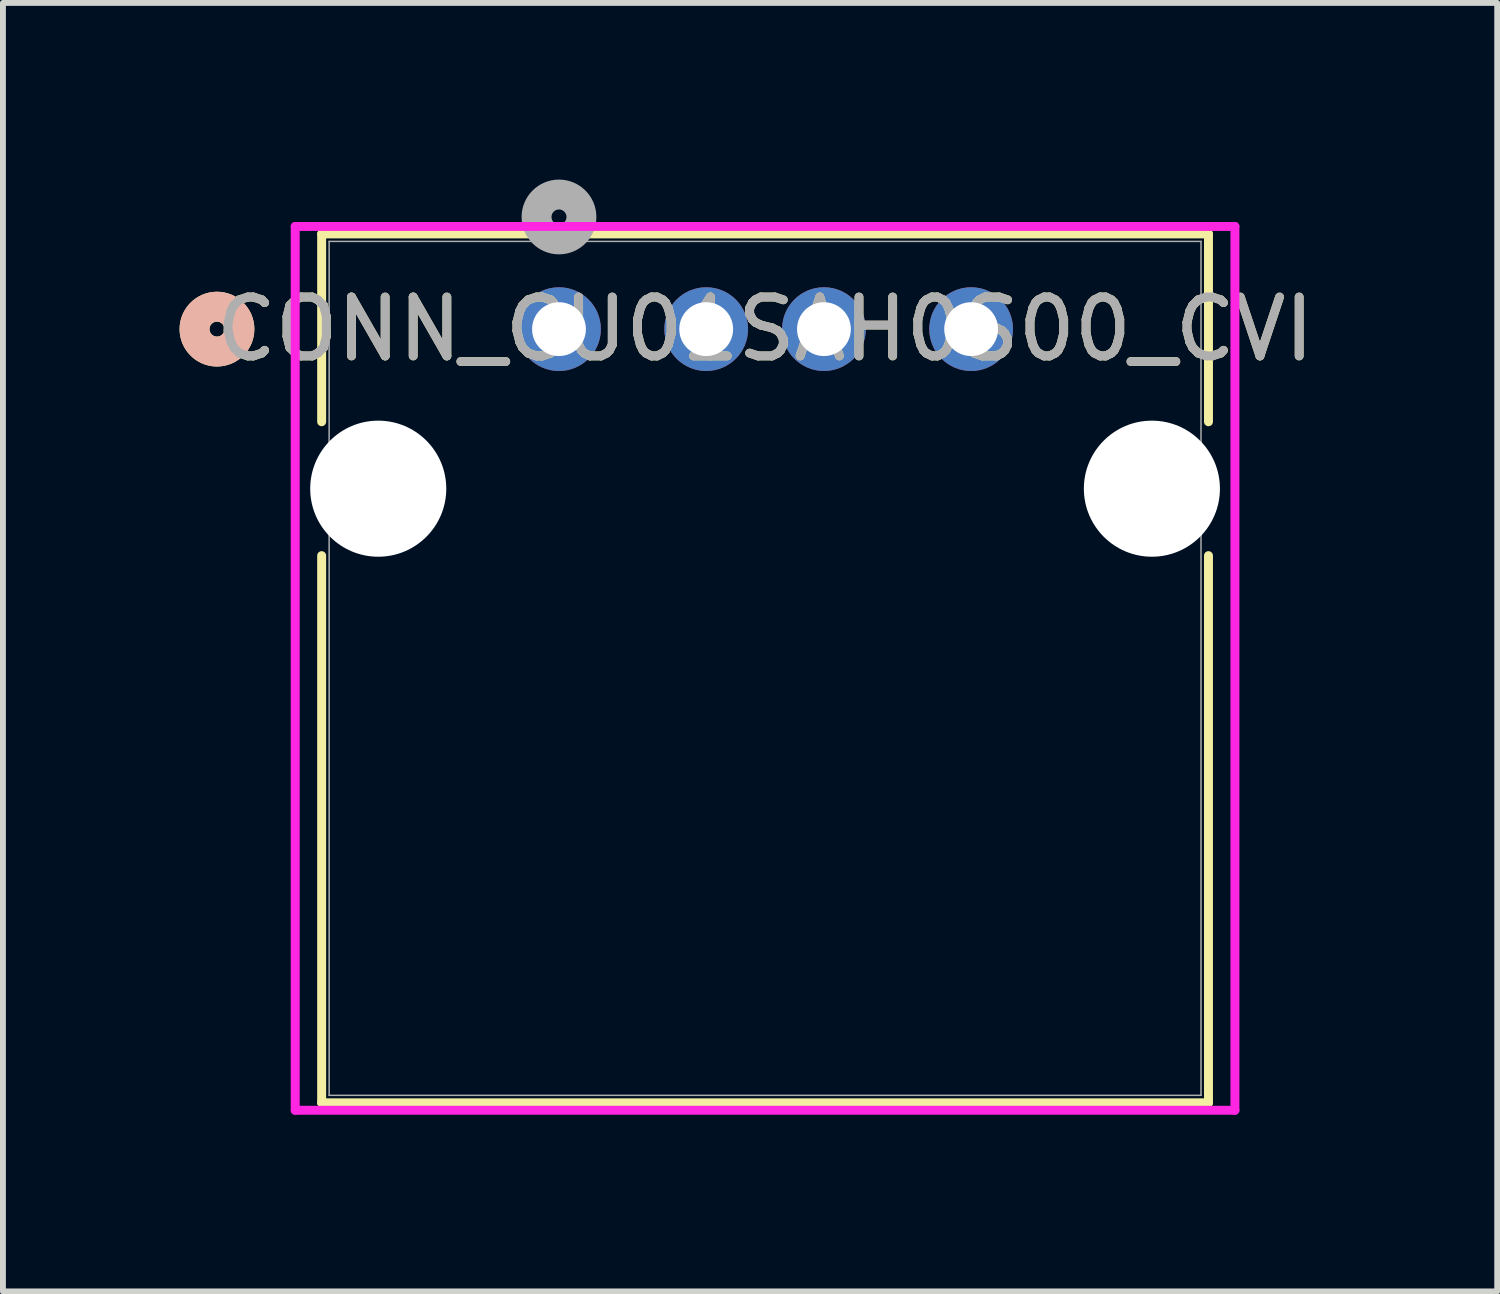
<source format=kicad_pcb>
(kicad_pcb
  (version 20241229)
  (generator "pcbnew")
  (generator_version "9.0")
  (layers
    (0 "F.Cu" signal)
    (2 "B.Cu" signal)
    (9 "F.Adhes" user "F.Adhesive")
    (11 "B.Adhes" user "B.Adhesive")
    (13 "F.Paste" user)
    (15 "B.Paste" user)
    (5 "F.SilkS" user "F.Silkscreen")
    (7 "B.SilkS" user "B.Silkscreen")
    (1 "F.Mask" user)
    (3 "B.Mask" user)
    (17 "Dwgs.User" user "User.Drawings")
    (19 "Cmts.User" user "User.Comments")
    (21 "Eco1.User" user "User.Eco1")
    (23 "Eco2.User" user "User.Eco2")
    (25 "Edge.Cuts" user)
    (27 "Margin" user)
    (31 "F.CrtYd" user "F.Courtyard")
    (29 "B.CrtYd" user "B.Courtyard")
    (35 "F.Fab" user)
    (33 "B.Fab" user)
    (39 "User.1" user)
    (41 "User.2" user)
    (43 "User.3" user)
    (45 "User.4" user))
  (footprint "CONN_CU01SAH0S00_CVI"
    (layer "F.Cu")
    (at 6.444 2.54)
    (property "Reference" "CONN_CU01SAH0S00_CVI" (at 3.5 0 0) (unlocked yes) (layer "F.SilkS") (effects (font (size 1 1) (thickness 0.15))))
    (attr through_hole)
    (fp_line (start -4.031 -1.617) (end -4.031 1.573) (stroke (width 0.152) (type solid)) (layer "F.SilkS"))
    (fp_line (start -4.031 3.847) (end -4.031 13.14) (stroke (width 0.152) (type solid)) (layer "F.SilkS"))
    (fp_line (start -4.031 13.14) (end 11.031 13.14) (stroke (width 0.152) (type solid)) (layer "F.SilkS"))
    (fp_line (start 11.031 -1.617) (end -4.031 -1.617) (stroke (width 0.152) (type solid)) (layer "F.SilkS"))
    (fp_line (start 11.031 1.573) (end 11.031 -1.617) (stroke (width 0.152) (type solid)) (layer "F.SilkS"))
    (fp_line (start 11.031 13.14) (end 11.031 3.847) (stroke (width 0.152) (type solid)) (layer "F.SilkS"))
    (fp_circle (center -5.809 0) (end -5.428 0) (stroke (width 0.508) (type solid)) (fill no) (layer "F.SilkS"))
    (fp_circle (center -5.809 0) (end -5.428 0) (stroke (width 0.508) (type solid)) (fill no) (layer "B.SilkS"))
    (fp_line (start -4.48 -1.744) (end -4.48 13.267) (stroke (width 0.152) (type solid)) (layer "F.CrtYd"))
    (fp_line (start -4.48 13.267) (end 11.48 13.267) (stroke (width 0.152) (type solid)) (layer "F.CrtYd"))
    (fp_line (start 11.48 -1.744) (end -4.48 -1.744) (stroke (width 0.152) (type solid)) (layer "F.CrtYd"))
    (fp_line (start 11.48 13.267) (end 11.48 -1.744) (stroke (width 0.152) (type solid)) (layer "F.CrtYd"))
    (fp_line (start -3.904 -1.49) (end -3.904 13.013) (stroke (width 0.025) (type solid)) (layer "F.Fab"))
    (fp_line (start -3.904 13.013) (end 10.904 13.013) (stroke (width 0.025) (type solid)) (layer "F.Fab"))
    (fp_line (start 10.904 -1.49) (end -3.904 -1.49) (stroke (width 0.025) (type solid)) (layer "F.Fab"))
    (fp_line (start 10.904 13.013) (end 10.904 -1.49) (stroke (width 0.025) (type solid)) (layer "F.Fab"))
    (fp_circle (center 0 -1.905) (end 0.381 -1.905) (stroke (width 0.508) (type solid)) (fill no) (layer "F.Fab"))
    (fp_text user "${REFERENCE}" (at 3.5 0 0) (unlocked yes) (layer "F.Fab") (effects (font (size 1 1) (thickness 0.15))))
    (pad "" np_thru_hole circle (at -3.07 2.71) (size 2.311 2.311) (drill 2.311) (layers "*.Cu" "*.Mask"))
    (pad "" np_thru_hole circle (at 10.07 2.71) (size 2.311 2.311) (drill 2.311) (layers "*.Cu" "*.Mask"))
    (pad "1" thru_hole circle (at 0 0) (size 1.422 1.422) (drill 0.914) (layers "*.Cu" "*.Mask"))
    (pad "2" thru_hole circle (at 2.5 0) (size 1.422 1.422) (drill 0.914) (layers "*.Cu" "*.Mask"))
    (pad "3" thru_hole circle (at 4.5 0) (size 1.422 1.422) (drill 0.914) (layers "*.Cu" "*.Mask"))
    (pad "4" thru_hole circle (at 7 0) (size 1.422 1.422) (drill 0.914) (layers "*.Cu" "*.Mask")))
  (gr_rect
    (start -3 -3)
    (end 22.379 18.884)
    (stroke (width 0.1) (type default))
    (fill no)
    (layer "Edge.Cuts")))
</source>
